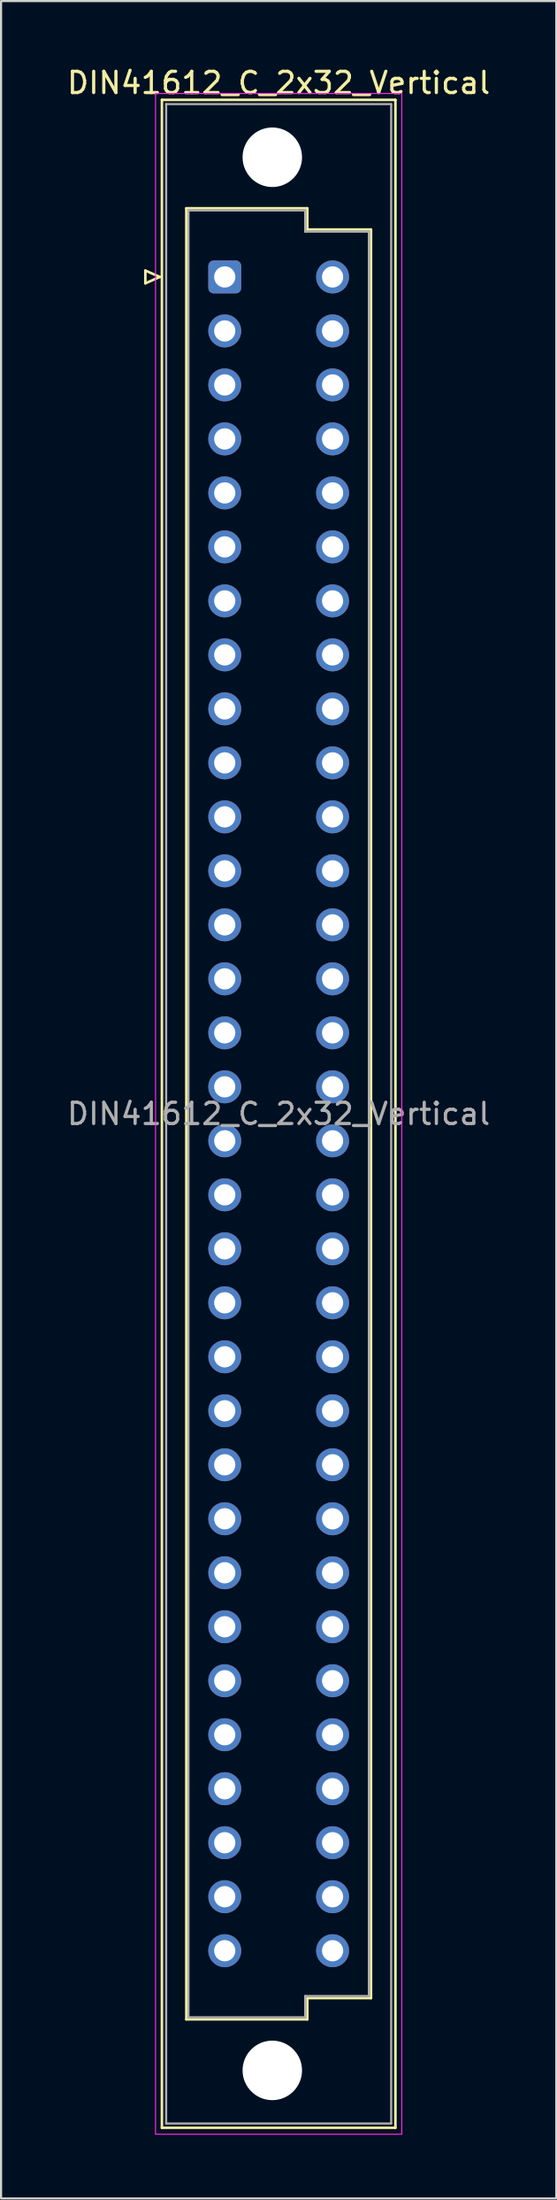
<source format=kicad_pcb>
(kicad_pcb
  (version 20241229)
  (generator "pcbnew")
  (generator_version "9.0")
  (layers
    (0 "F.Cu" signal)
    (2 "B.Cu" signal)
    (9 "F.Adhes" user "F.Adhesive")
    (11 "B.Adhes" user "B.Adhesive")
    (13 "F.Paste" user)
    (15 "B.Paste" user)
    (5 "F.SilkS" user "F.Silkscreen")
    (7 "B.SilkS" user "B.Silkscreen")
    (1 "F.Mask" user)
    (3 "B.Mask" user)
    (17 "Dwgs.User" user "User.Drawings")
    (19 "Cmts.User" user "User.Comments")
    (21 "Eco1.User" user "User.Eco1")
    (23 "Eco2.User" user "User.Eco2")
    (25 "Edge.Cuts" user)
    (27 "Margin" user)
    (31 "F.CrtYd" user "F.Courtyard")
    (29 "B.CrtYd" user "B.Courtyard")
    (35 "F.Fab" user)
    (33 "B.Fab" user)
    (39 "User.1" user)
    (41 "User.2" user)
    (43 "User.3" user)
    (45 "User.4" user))
  (footprint "DIN41612_C_2x32_Vertical"
    (layer "F.Cu")
    (at 7.537 9.978)
    (property "Reference" "DIN41612_C_2x32_Vertical" (at 2.54 -9.13 0) (layer "F.SilkS") (effects (font (size 1 1) (thickness 0.15))))
    (attr through_hole)
    (fp_line (start -3.74 -0.3) (end -3.74 0.3) (stroke (width 0.12) (type solid)) (layer "F.SilkS"))
    (fp_line (start -3.74 0.3) (end -3.06 0) (stroke (width 0.12) (type solid)) (layer "F.SilkS"))
    (fp_line (start -3.06 0) (end -3.74 -0.3) (stroke (width 0.12) (type solid)) (layer "F.SilkS"))
    (fp_line (start -2.96 -8.33) (end 8.04 -8.33) (stroke (width 0.12) (type solid)) (layer "F.SilkS"))
    (fp_line (start -2.96 87.07) (end -2.96 -8.33) (stroke (width 0.12) (type solid)) (layer "F.SilkS"))
    (fp_line (start -1.81 -3.23) (end 3.89 -3.23) (stroke (width 0.12) (type solid)) (layer "F.SilkS"))
    (fp_line (start -1.81 81.97) (end -1.81 -3.23) (stroke (width 0.12) (type solid)) (layer "F.SilkS"))
    (fp_line (start 3.89 -3.23) (end 3.89 -2.23) (stroke (width 0.12) (type solid)) (layer "F.SilkS"))
    (fp_line (start 3.89 -2.23) (end 6.89 -2.23) (stroke (width 0.12) (type solid)) (layer "F.SilkS"))
    (fp_line (start 3.89 80.97) (end 3.89 81.97) (stroke (width 0.12) (type solid)) (layer "F.SilkS"))
    (fp_line (start 3.89 81.97) (end -1.81 81.97) (stroke (width 0.12) (type solid)) (layer "F.SilkS"))
    (fp_line (start 6.89 -2.23) (end 6.89 80.97) (stroke (width 0.12) (type solid)) (layer "F.SilkS"))
    (fp_line (start 6.89 80.97) (end 3.89 80.97) (stroke (width 0.12) (type solid)) (layer "F.SilkS"))
    (fp_line (start 8.04 -8.33) (end 8.04 87.07) (stroke (width 0.12) (type solid)) (layer "F.SilkS"))
    (fp_line (start 8.04 87.07) (end -2.96 87.07) (stroke (width 0.12) (type solid)) (layer "F.SilkS"))
    (fp_line (start -3.26 -8.63) (end 8.34 -8.63) (stroke (width 0.05) (type solid)) (layer "F.CrtYd"))
    (fp_line (start -3.26 87.37) (end -3.26 -8.63) (stroke (width 0.05) (type solid)) (layer "F.CrtYd"))
    (fp_line (start 8.34 -8.63) (end 8.34 87.37) (stroke (width 0.05) (type solid)) (layer "F.CrtYd"))
    (fp_line (start 8.34 87.37) (end -3.26 87.37) (stroke (width 0.05) (type solid)) (layer "F.CrtYd"))
    (fp_line (start -2.76 -8.13) (end 7.84 -8.13) (stroke (width 0.1) (type solid)) (layer "F.Fab"))
    (fp_line (start -2.76 86.87) (end -2.76 -8.13) (stroke (width 0.1) (type solid)) (layer "F.Fab"))
    (fp_line (start -1.71 -3.13) (end 3.79 -3.13) (stroke (width 0.1) (type solid)) (layer "F.Fab"))
    (fp_line (start -1.71 81.87) (end -1.71 -3.13) (stroke (width 0.1) (type solid)) (layer "F.Fab"))
    (fp_line (start 3.79 -3.13) (end 3.79 -2.13) (stroke (width 0.1) (type solid)) (layer "F.Fab"))
    (fp_line (start 3.79 -2.13) (end 6.79 -2.13) (stroke (width 0.1) (type solid)) (layer "F.Fab"))
    (fp_line (start 3.79 80.87) (end 3.79 81.87) (stroke (width 0.1) (type solid)) (layer "F.Fab"))
    (fp_line (start 3.79 81.87) (end -1.71 81.87) (stroke (width 0.1) (type solid)) (layer "F.Fab"))
    (fp_line (start 6.79 -2.13) (end 6.79 80.87) (stroke (width 0.1) (type solid)) (layer "F.Fab"))
    (fp_line (start 6.79 80.87) (end 3.79 80.87) (stroke (width 0.1) (type solid)) (layer "F.Fab"))
    (fp_line (start 7.84 -8.13) (end 7.84 86.87) (stroke (width 0.1) (type solid)) (layer "F.Fab"))
    (fp_line (start 7.84 86.87) (end -2.76 86.87) (stroke (width 0.1) (type solid)) (layer "F.Fab"))
    (fp_text user "${REFERENCE}" (at 2.54 39.37 0) (layer "F.Fab") (effects (font (size 1 1) (thickness 0.15))))
    (pad "" np_thru_hole circle (at 2.24 -5.63) (size 2.8 2.8) (drill 2.8) (layers "*.Cu" "*.Mask"))
    (pad "" np_thru_hole circle (at 2.24 84.37) (size 2.8 2.8) (drill 2.8) (layers "*.Cu" "*.Mask"))
    (pad "a1" thru_hole roundrect (at 0 0) (size 1.55 1.55) (drill 1) (layers "*.Cu" "*.Mask") (roundrect_rratio 0.161))
    (pad "a2" thru_hole circle (at 0 2.54) (size 1.55 1.55) (drill 1) (layers "*.Cu" "*.Mask"))
    (pad "a3" thru_hole circle (at 0 5.08) (size 1.55 1.55) (drill 1) (layers "*.Cu" "*.Mask"))
    (pad "a4" thru_hole circle (at 0 7.62) (size 1.55 1.55) (drill 1) (layers "*.Cu" "*.Mask"))
    (pad "a5" thru_hole circle (at 0 10.16) (size 1.55 1.55) (drill 1) (layers "*.Cu" "*.Mask"))
    (pad "a6" thru_hole circle (at 0 12.7) (size 1.55 1.55) (drill 1) (layers "*.Cu" "*.Mask"))
    (pad "a7" thru_hole circle (at 0 15.24) (size 1.55 1.55) (drill 1) (layers "*.Cu" "*.Mask"))
    (pad "a8" thru_hole circle (at 0 17.78) (size 1.55 1.55) (drill 1) (layers "*.Cu" "*.Mask"))
    (pad "a9" thru_hole circle (at 0 20.32) (size 1.55 1.55) (drill 1) (layers "*.Cu" "*.Mask"))
    (pad "a10" thru_hole circle (at 0 22.86) (size 1.55 1.55) (drill 1) (layers "*.Cu" "*.Mask"))
    (pad "a11" thru_hole circle (at 0 25.4) (size 1.55 1.55) (drill 1) (layers "*.Cu" "*.Mask"))
    (pad "a12" thru_hole circle (at 0 27.94) (size 1.55 1.55) (drill 1) (layers "*.Cu" "*.Mask"))
    (pad "a13" thru_hole circle (at 0 30.48) (size 1.55 1.55) (drill 1) (layers "*.Cu" "*.Mask"))
    (pad "a14" thru_hole circle (at 0 33.02) (size 1.55 1.55) (drill 1) (layers "*.Cu" "*.Mask"))
    (pad "a15" thru_hole circle (at 0 35.56) (size 1.55 1.55) (drill 1) (layers "*.Cu" "*.Mask"))
    (pad "a16" thru_hole circle (at 0 38.1) (size 1.55 1.55) (drill 1) (layers "*.Cu" "*.Mask"))
    (pad "a17" thru_hole circle (at 0 40.64) (size 1.55 1.55) (drill 1) (layers "*.Cu" "*.Mask"))
    (pad "a18" thru_hole circle (at 0 43.18) (size 1.55 1.55) (drill 1) (layers "*.Cu" "*.Mask"))
    (pad "a19" thru_hole circle (at 0 45.72) (size 1.55 1.55) (drill 1) (layers "*.Cu" "*.Mask"))
    (pad "a20" thru_hole circle (at 0 48.26) (size 1.55 1.55) (drill 1) (layers "*.Cu" "*.Mask"))
    (pad "a21" thru_hole circle (at 0 50.8) (size 1.55 1.55) (drill 1) (layers "*.Cu" "*.Mask"))
    (pad "a22" thru_hole circle (at 0 53.34) (size 1.55 1.55) (drill 1) (layers "*.Cu" "*.Mask"))
    (pad "a23" thru_hole circle (at 0 55.88) (size 1.55 1.55) (drill 1) (layers "*.Cu" "*.Mask"))
    (pad "a24" thru_hole circle (at 0 58.42) (size 1.55 1.55) (drill 1) (layers "*.Cu" "*.Mask"))
    (pad "a25" thru_hole circle (at 0 60.96) (size 1.55 1.55) (drill 1) (layers "*.Cu" "*.Mask"))
    (pad "a26" thru_hole circle (at 0 63.5) (size 1.55 1.55) (drill 1) (layers "*.Cu" "*.Mask"))
    (pad "a27" thru_hole circle (at 0 66.04) (size 1.55 1.55) (drill 1) (layers "*.Cu" "*.Mask"))
    (pad "a28" thru_hole circle (at 0 68.58) (size 1.55 1.55) (drill 1) (layers "*.Cu" "*.Mask"))
    (pad "a29" thru_hole circle (at 0 71.12) (size 1.55 1.55) (drill 1) (layers "*.Cu" "*.Mask"))
    (pad "a30" thru_hole circle (at 0 73.66) (size 1.55 1.55) (drill 1) (layers "*.Cu" "*.Mask"))
    (pad "a31" thru_hole circle (at 0 76.2) (size 1.55 1.55) (drill 1) (layers "*.Cu" "*.Mask"))
    (pad "a32" thru_hole circle (at 0 78.74) (size 1.55 1.55) (drill 1) (layers "*.Cu" "*.Mask"))
    (pad "c1" thru_hole circle (at 5.08 0) (size 1.55 1.55) (drill 1) (layers "*.Cu" "*.Mask"))
    (pad "c2" thru_hole circle (at 5.08 2.54) (size 1.55 1.55) (drill 1) (layers "*.Cu" "*.Mask"))
    (pad "c3" thru_hole circle (at 5.08 5.08) (size 1.55 1.55) (drill 1) (layers "*.Cu" "*.Mask"))
    (pad "c4" thru_hole circle (at 5.08 7.62) (size 1.55 1.55) (drill 1) (layers "*.Cu" "*.Mask"))
    (pad "c5" thru_hole circle (at 5.08 10.16) (size 1.55 1.55) (drill 1) (layers "*.Cu" "*.Mask"))
    (pad "c6" thru_hole circle (at 5.08 12.7) (size 1.55 1.55) (drill 1) (layers "*.Cu" "*.Mask"))
    (pad "c7" thru_hole circle (at 5.08 15.24) (size 1.55 1.55) (drill 1) (layers "*.Cu" "*.Mask"))
    (pad "c8" thru_hole circle (at 5.08 17.78) (size 1.55 1.55) (drill 1) (layers "*.Cu" "*.Mask"))
    (pad "c9" thru_hole circle (at 5.08 20.32) (size 1.55 1.55) (drill 1) (layers "*.Cu" "*.Mask"))
    (pad "c10" thru_hole circle (at 5.08 22.86) (size 1.55 1.55) (drill 1) (layers "*.Cu" "*.Mask"))
    (pad "c11" thru_hole circle (at 5.08 25.4) (size 1.55 1.55) (drill 1) (layers "*.Cu" "*.Mask"))
    (pad "c12" thru_hole circle (at 5.08 27.94) (size 1.55 1.55) (drill 1) (layers "*.Cu" "*.Mask"))
    (pad "c13" thru_hole circle (at 5.08 30.48) (size 1.55 1.55) (drill 1) (layers "*.Cu" "*.Mask"))
    (pad "c14" thru_hole circle (at 5.08 33.02) (size 1.55 1.55) (drill 1) (layers "*.Cu" "*.Mask"))
    (pad "c15" thru_hole circle (at 5.08 35.56) (size 1.55 1.55) (drill 1) (layers "*.Cu" "*.Mask"))
    (pad "c16" thru_hole circle (at 5.08 38.1) (size 1.55 1.55) (drill 1) (layers "*.Cu" "*.Mask"))
    (pad "c17" thru_hole circle (at 5.08 40.64) (size 1.55 1.55) (drill 1) (layers "*.Cu" "*.Mask"))
    (pad "c18" thru_hole circle (at 5.08 43.18) (size 1.55 1.55) (drill 1) (layers "*.Cu" "*.Mask"))
    (pad "c19" thru_hole circle (at 5.08 45.72) (size 1.55 1.55) (drill 1) (layers "*.Cu" "*.Mask"))
    (pad "c20" thru_hole circle (at 5.08 48.26) (size 1.55 1.55) (drill 1) (layers "*.Cu" "*.Mask"))
    (pad "c21" thru_hole circle (at 5.08 50.8) (size 1.55 1.55) (drill 1) (layers "*.Cu" "*.Mask"))
    (pad "c22" thru_hole circle (at 5.08 53.34) (size 1.55 1.55) (drill 1) (layers "*.Cu" "*.Mask"))
    (pad "c23" thru_hole circle (at 5.08 55.88) (size 1.55 1.55) (drill 1) (layers "*.Cu" "*.Mask"))
    (pad "c24" thru_hole circle (at 5.08 58.42) (size 1.55 1.55) (drill 1) (layers "*.Cu" "*.Mask"))
    (pad "c25" thru_hole circle (at 5.08 60.96) (size 1.55 1.55) (drill 1) (layers "*.Cu" "*.Mask"))
    (pad "c26" thru_hole circle (at 5.08 63.5) (size 1.55 1.55) (drill 1) (layers "*.Cu" "*.Mask"))
    (pad "c27" thru_hole circle (at 5.08 66.04) (size 1.55 1.55) (drill 1) (layers "*.Cu" "*.Mask"))
    (pad "c28" thru_hole circle (at 5.08 68.58) (size 1.55 1.55) (drill 1) (layers "*.Cu" "*.Mask"))
    (pad "c29" thru_hole circle (at 5.08 71.12) (size 1.55 1.55) (drill 1) (layers "*.Cu" "*.Mask"))
    (pad "c30" thru_hole circle (at 5.08 73.66) (size 1.55 1.55) (drill 1) (layers "*.Cu" "*.Mask"))
    (pad "c31" thru_hole circle (at 5.08 76.2) (size 1.55 1.55) (drill 1) (layers "*.Cu" "*.Mask"))
    (pad "c32" thru_hole circle (at 5.08 78.74) (size 1.55 1.55) (drill 1) (layers "*.Cu" "*.Mask")))
  (gr_rect
    (start -3 -3)
    (end 23.155 100.373)
    (stroke (width 0.1) (type default))
    (fill no)
    (layer "Edge.Cuts")))
</source>
